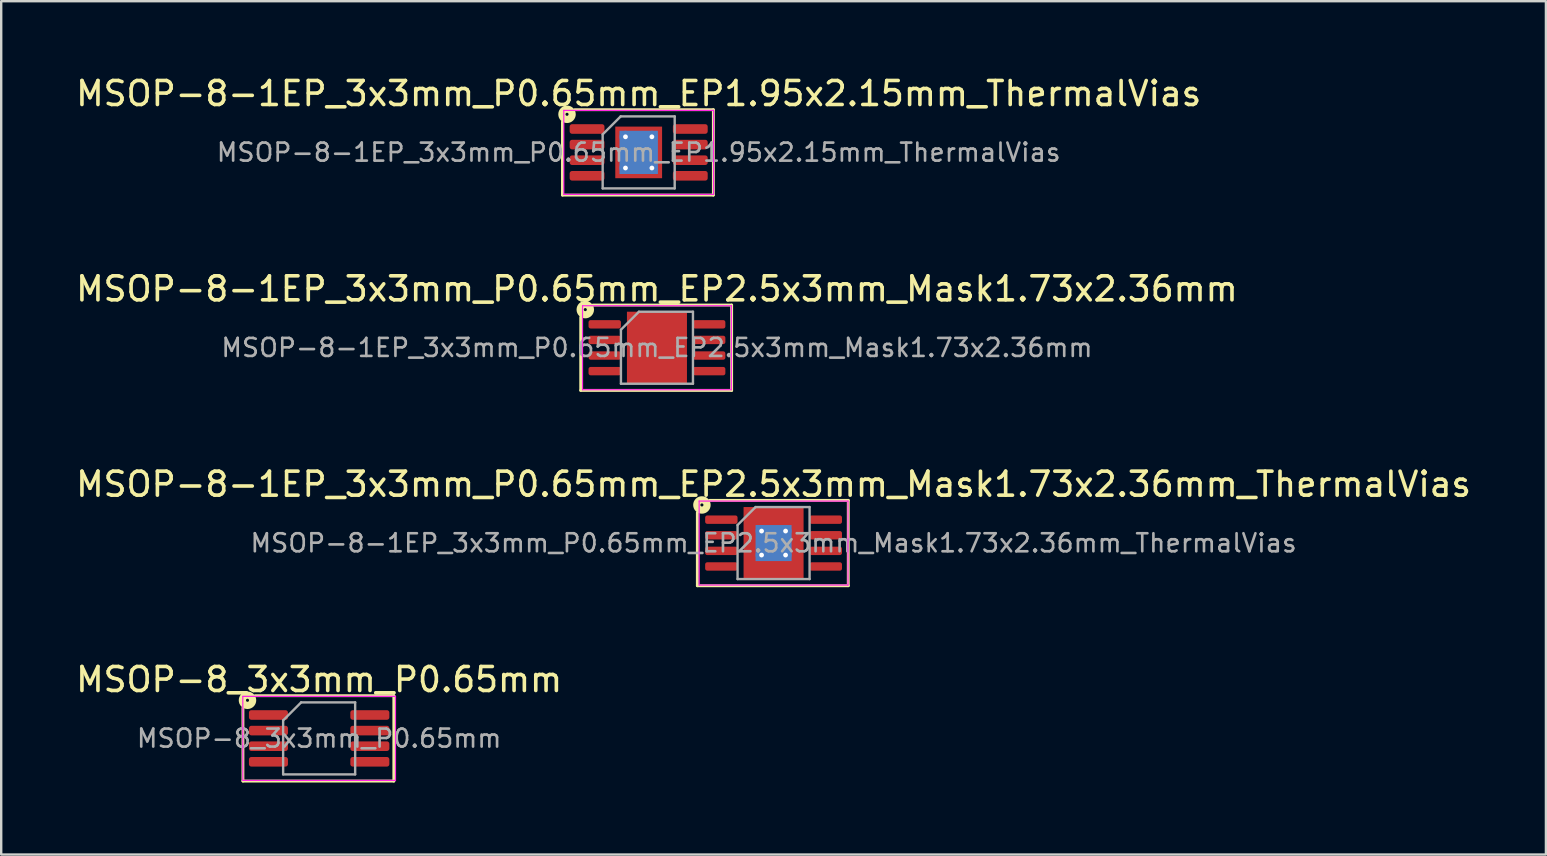
<source format=kicad_pcb>
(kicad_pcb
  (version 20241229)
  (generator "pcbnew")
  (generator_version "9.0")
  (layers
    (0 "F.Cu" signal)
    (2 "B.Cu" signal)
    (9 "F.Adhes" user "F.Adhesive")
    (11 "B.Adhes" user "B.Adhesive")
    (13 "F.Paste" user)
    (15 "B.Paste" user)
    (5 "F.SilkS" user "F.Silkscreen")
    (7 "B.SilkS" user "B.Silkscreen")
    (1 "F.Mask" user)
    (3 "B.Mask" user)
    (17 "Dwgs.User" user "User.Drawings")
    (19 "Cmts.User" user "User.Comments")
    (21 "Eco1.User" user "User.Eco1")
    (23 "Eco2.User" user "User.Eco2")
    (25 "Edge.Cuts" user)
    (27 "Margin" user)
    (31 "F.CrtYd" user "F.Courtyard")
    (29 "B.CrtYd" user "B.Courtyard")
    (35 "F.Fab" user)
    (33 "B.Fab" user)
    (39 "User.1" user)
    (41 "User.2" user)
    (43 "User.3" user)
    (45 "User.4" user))
  (footprint "MSOP-8-1EP_3x3mm_P0.65mm_EP2.5x3mm_Mask1.73x2.36mm_ThermalVias"
    (layer "F.Cu")
    (at 29.173 19.571)
    (property "Reference" "MSOP-8-1EP_3x3mm_P0.65mm_EP2.5x3mm_Mask1.73x2.36mm_ThermalVias" (at 0 -2.45 0) (layer "F.SilkS") (effects (font (size 1 1) (thickness 0.15))))
    (attr smd)
    (fp_line (start -3.175 1.778) (end -3.175 -1.27) (stroke (width 0.12) (type solid)) (layer "F.SilkS"))
    (fp_line (start -2.667 -1.778) (end 3.111 -1.778) (stroke (width 0.12) (type solid)) (layer "F.SilkS"))
    (fp_line (start 3.111 -1.778) (end 3.111 1.778) (stroke (width 0.12) (type solid)) (layer "F.SilkS"))
    (fp_line (start 3.111 1.778) (end -3.175 1.778) (stroke (width 0.12) (type solid)) (layer "F.SilkS"))
    (fp_circle (center -2.985 -1.587) (end -2.921 -1.587) (stroke (width 0.3) (type solid)) (fill no) (layer "F.SilkS"))
    (fp_line (start -3.1 -1.75) (end -3.1 1.75) (stroke (width 0.05) (type solid)) (layer "F.CrtYd"))
    (fp_line (start -3.1 1.75) (end 3.1 1.75) (stroke (width 0.05) (type solid)) (layer "F.CrtYd"))
    (fp_line (start 3.1 -1.75) (end -3.1 -1.75) (stroke (width 0.05) (type solid)) (layer "F.CrtYd"))
    (fp_line (start 3.1 1.75) (end 3.1 -1.75) (stroke (width 0.05) (type solid)) (layer "F.CrtYd"))
    (fp_line (start -1.5 -0.75) (end -0.75 -1.5) (stroke (width 0.1) (type solid)) (layer "F.Fab"))
    (fp_line (start -1.5 1.5) (end -1.5 -0.75) (stroke (width 0.1) (type solid)) (layer "F.Fab"))
    (fp_line (start -0.75 -1.5) (end 1.5 -1.5) (stroke (width 0.1) (type solid)) (layer "F.Fab"))
    (fp_line (start 1.5 -1.5) (end 1.5 1.5) (stroke (width 0.1) (type solid)) (layer "F.Fab"))
    (fp_line (start 1.5 1.5) (end -1.5 1.5) (stroke (width 0.1) (type solid)) (layer "F.Fab"))
    (fp_text user "${REFERENCE}" (at 0 0 0) (layer "F.Fab") (effects (font (size 0.75 0.75) (thickness 0.11))))
    (pad "" smd roundrect (at -0.43 -0.59) (size 0.72 0.99) (layers "F.Paste") (roundrect_rratio 0.25))
    (pad "" smd roundrect (at -0.43 0.59) (size 0.72 0.99) (layers "F.Paste") (roundrect_rratio 0.25))
    (pad "" smd rect (at 0 0) (size 1.73 2.36) (layers "F.Mask"))
    (pad "" smd roundrect (at 0.43 -0.59) (size 0.72 0.99) (layers "F.Paste") (roundrect_rratio 0.25))
    (pad "" smd roundrect (at 0.43 0.59) (size 0.72 0.99) (layers "F.Paste") (roundrect_rratio 0.25))
    (pad "1" smd roundrect (at -2.175 -0.975) (size 1.35 0.35) (layers "F.Cu" "F.Mask" "F.Paste") (roundrect_rratio 0.25))
    (pad "2" smd roundrect (at -2.175 -0.325) (size 1.35 0.35) (layers "F.Cu" "F.Mask" "F.Paste") (roundrect_rratio 0.25))
    (pad "3" smd roundrect (at -2.175 0.325) (size 1.35 0.35) (layers "F.Cu" "F.Mask" "F.Paste") (roundrect_rratio 0.25))
    (pad "4" smd roundrect (at -2.175 0.975) (size 1.35 0.35) (layers "F.Cu" "F.Mask" "F.Paste") (roundrect_rratio 0.25))
    (pad "5" smd roundrect (at 2.175 0.975) (size 1.35 0.35) (layers "F.Cu" "F.Mask" "F.Paste") (roundrect_rratio 0.25))
    (pad "6" smd roundrect (at 2.175 0.325) (size 1.35 0.35) (layers "F.Cu" "F.Mask" "F.Paste") (roundrect_rratio 0.25))
    (pad "7" smd roundrect (at 2.175 -0.325) (size 1.35 0.35) (layers "F.Cu" "F.Mask" "F.Paste") (roundrect_rratio 0.25))
    (pad "8" smd roundrect (at 2.175 -0.975) (size 1.35 0.35) (layers "F.Cu" "F.Mask" "F.Paste") (roundrect_rratio 0.25))
    (pad "9" thru_hole circle (at -0.5 -0.5) (size 0.5 0.5) (drill 0.2) (layers "*.Cu"))
    (pad "9" thru_hole circle (at -0.5 0.5) (size 0.5 0.5) (drill 0.2) (layers "*.Cu"))
    (pad "9" smd rect (at 0 0) (size 1.5 1.5) (layers "B.Cu" "B.Mask"))
    (pad "9" smd rect (at 0 0) (size 2.5 3) (layers "F.Cu"))
    (pad "9" thru_hole circle (at 0.5 -0.5) (size 0.5 0.5) (drill 0.2) (layers "*.Cu"))
    (pad "9" thru_hole circle (at 0.5 0.5) (size 0.5 0.5) (drill 0.2) (layers "*.Cu")))
  (footprint "MSOP-8-1EP_3x3mm_P0.65mm_EP2.5x3mm_Mask1.73x2.36mm"
    (layer "F.Cu")
    (at 24.315 11.434)
    (property "Reference" "MSOP-8-1EP_3x3mm_P0.65mm_EP2.5x3mm_Mask1.73x2.36mm" (at 0 -2.45 0) (layer "F.SilkS") (effects (font (size 1 1) (thickness 0.15))))
    (attr smd)
    (fp_line (start -3.175 1.778) (end -3.175 -1.27) (stroke (width 0.12) (type solid)) (layer "F.SilkS"))
    (fp_line (start -2.667 -1.778) (end 3.111 -1.778) (stroke (width 0.12) (type solid)) (layer "F.SilkS"))
    (fp_line (start 3.111 -1.778) (end 3.111 1.778) (stroke (width 0.12) (type solid)) (layer "F.SilkS"))
    (fp_line (start 3.111 1.778) (end -3.175 1.778) (stroke (width 0.12) (type solid)) (layer "F.SilkS"))
    (fp_circle (center -2.985 -1.587) (end -2.921 -1.587) (stroke (width 0.3) (type solid)) (fill no) (layer "F.SilkS"))
    (fp_line (start -3.1 -1.75) (end -3.1 1.75) (stroke (width 0.05) (type solid)) (layer "F.CrtYd"))
    (fp_line (start -3.1 1.75) (end 3.1 1.75) (stroke (width 0.05) (type solid)) (layer "F.CrtYd"))
    (fp_line (start 3.1 -1.75) (end -3.1 -1.75) (stroke (width 0.05) (type solid)) (layer "F.CrtYd"))
    (fp_line (start 3.1 1.75) (end 3.1 -1.75) (stroke (width 0.05) (type solid)) (layer "F.CrtYd"))
    (fp_line (start -1.5 -0.75) (end -0.75 -1.5) (stroke (width 0.1) (type solid)) (layer "F.Fab"))
    (fp_line (start -1.5 1.5) (end -1.5 -0.75) (stroke (width 0.1) (type solid)) (layer "F.Fab"))
    (fp_line (start -0.75 -1.5) (end 1.5 -1.5) (stroke (width 0.1) (type solid)) (layer "F.Fab"))
    (fp_line (start 1.5 -1.5) (end 1.5 1.5) (stroke (width 0.1) (type solid)) (layer "F.Fab"))
    (fp_line (start 1.5 1.5) (end -1.5 1.5) (stroke (width 0.1) (type solid)) (layer "F.Fab"))
    (fp_text user "${REFERENCE}" (at 0 0 0) (layer "F.Fab") (effects (font (size 0.75 0.75) (thickness 0.11))))
    (pad "" smd roundrect (at -0.43 -0.59) (size 0.7 0.95) (layers "F.Paste") (roundrect_rratio 0.25))
    (pad "" smd roundrect (at -0.43 0.59) (size 0.7 0.95) (layers "F.Paste") (roundrect_rratio 0.25))
    (pad "" smd rect (at 0 0) (size 1.73 2.36) (layers "F.Mask"))
    (pad "" smd roundrect (at 0.43 -0.59) (size 0.7 0.95) (layers "F.Paste") (roundrect_rratio 0.25))
    (pad "" smd roundrect (at 0.43 0.59) (size 0.7 0.95) (layers "F.Paste") (roundrect_rratio 0.25))
    (pad "1" smd roundrect (at -2.175 -0.975) (size 1.35 0.35) (layers "F.Cu" "F.Mask" "F.Paste") (roundrect_rratio 0.25))
    (pad "2" smd roundrect (at -2.175 -0.325) (size 1.35 0.35) (layers "F.Cu" "F.Mask" "F.Paste") (roundrect_rratio 0.25))
    (pad "3" smd roundrect (at -2.175 0.325) (size 1.35 0.35) (layers "F.Cu" "F.Mask" "F.Paste") (roundrect_rratio 0.25))
    (pad "4" smd roundrect (at -2.175 0.975) (size 1.35 0.35) (layers "F.Cu" "F.Mask" "F.Paste") (roundrect_rratio 0.25))
    (pad "5" smd roundrect (at 2.175 0.975) (size 1.35 0.35) (layers "F.Cu" "F.Mask" "F.Paste") (roundrect_rratio 0.25))
    (pad "6" smd roundrect (at 2.175 0.325) (size 1.35 0.35) (layers "F.Cu" "F.Mask" "F.Paste") (roundrect_rratio 0.25))
    (pad "7" smd roundrect (at 2.175 -0.325) (size 1.35 0.35) (layers "F.Cu" "F.Mask" "F.Paste") (roundrect_rratio 0.25))
    (pad "8" smd roundrect (at 2.175 -0.975) (size 1.35 0.35) (layers "F.Cu" "F.Mask" "F.Paste") (roundrect_rratio 0.25))
    (pad "9" smd rect (at 0 0) (size 2.5 3) (layers "F.Cu")))
  (footprint "MSOP-8_3x3mm_P0.65mm"
    (layer "F.Cu")
    (at 10.244 27.707)
    (property "Reference" "MSOP-8_3x3mm_P0.65mm" (at 0 -2.45 0) (layer "F.SilkS") (effects (font (size 1 1) (thickness 0.15))))
    (attr smd)
    (fp_line (start -3.175 1.778) (end -3.175 -1.27) (stroke (width 0.12) (type solid)) (layer "F.SilkS"))
    (fp_line (start -2.667 -1.778) (end 3.111 -1.778) (stroke (width 0.12) (type solid)) (layer "F.SilkS"))
    (fp_line (start 3.111 -1.778) (end 3.111 1.778) (stroke (width 0.12) (type solid)) (layer "F.SilkS"))
    (fp_line (start 3.111 1.778) (end -3.175 1.778) (stroke (width 0.12) (type solid)) (layer "F.SilkS"))
    (fp_circle (center -2.985 -1.587) (end -2.921 -1.587) (stroke (width 0.3) (type solid)) (fill no) (layer "F.SilkS"))
    (fp_line (start -3.18 -1.75) (end -3.18 1.75) (stroke (width 0.05) (type solid)) (layer "F.CrtYd"))
    (fp_line (start -3.18 1.75) (end 3.18 1.75) (stroke (width 0.05) (type solid)) (layer "F.CrtYd"))
    (fp_line (start 3.18 -1.75) (end -3.18 -1.75) (stroke (width 0.05) (type solid)) (layer "F.CrtYd"))
    (fp_line (start 3.18 1.75) (end 3.18 -1.75) (stroke (width 0.05) (type solid)) (layer "F.CrtYd"))
    (fp_line (start -1.5 -0.75) (end -0.75 -1.5) (stroke (width 0.1) (type solid)) (layer "F.Fab"))
    (fp_line (start -1.5 1.5) (end -1.5 -0.75) (stroke (width 0.1) (type solid)) (layer "F.Fab"))
    (fp_line (start -0.75 -1.5) (end 1.5 -1.5) (stroke (width 0.1) (type solid)) (layer "F.Fab"))
    (fp_line (start 1.5 -1.5) (end 1.5 1.5) (stroke (width 0.1) (type solid)) (layer "F.Fab"))
    (fp_line (start 1.5 1.5) (end -1.5 1.5) (stroke (width 0.1) (type solid)) (layer "F.Fab"))
    (fp_text user "${REFERENCE}" (at 0 0 0) (layer "F.Fab") (effects (font (size 0.75 0.75) (thickness 0.11))))
    (pad "1" smd roundrect (at -2.112 -0.975) (size 1.625 0.4) (layers "F.Cu" "F.Mask" "F.Paste") (roundrect_rratio 0.25))
    (pad "2" smd roundrect (at -2.112 -0.325) (size 1.625 0.4) (layers "F.Cu" "F.Mask" "F.Paste") (roundrect_rratio 0.25))
    (pad "3" smd roundrect (at -2.112 0.325) (size 1.625 0.4) (layers "F.Cu" "F.Mask" "F.Paste") (roundrect_rratio 0.25))
    (pad "4" smd roundrect (at -2.112 0.975) (size 1.625 0.4) (layers "F.Cu" "F.Mask" "F.Paste") (roundrect_rratio 0.25))
    (pad "5" smd roundrect (at 2.112 0.975) (size 1.625 0.4) (layers "F.Cu" "F.Mask" "F.Paste") (roundrect_rratio 0.25))
    (pad "6" smd roundrect (at 2.112 0.325) (size 1.625 0.4) (layers "F.Cu" "F.Mask" "F.Paste") (roundrect_rratio 0.25))
    (pad "7" smd roundrect (at 2.112 -0.325) (size 1.625 0.4) (layers "F.Cu" "F.Mask" "F.Paste") (roundrect_rratio 0.25))
    (pad "8" smd roundrect (at 2.112 -0.975) (size 1.625 0.4) (layers "F.Cu" "F.Mask" "F.Paste") (roundrect_rratio 0.25)))
  (footprint "MSOP-8-1EP_3x3mm_P0.65mm_EP1.95x2.15mm_ThermalVias"
    (layer "F.Cu")
    (at 23.554 3.298)
    (property "Reference" "MSOP-8-1EP_3x3mm_P0.65mm_EP1.95x2.15mm_ThermalVias" (at 0 -2.45 0) (layer "F.SilkS") (effects (font (size 1 1) (thickness 0.15))))
    (attr smd)
    (fp_line (start -3.175 1.778) (end -3.175 -1.27) (stroke (width 0.12) (type solid)) (layer "F.SilkS"))
    (fp_line (start -2.667 -1.778) (end 3.111 -1.778) (stroke (width 0.12) (type solid)) (layer "F.SilkS"))
    (fp_line (start 3.111 -1.778) (end 3.111 1.778) (stroke (width 0.12) (type solid)) (layer "F.SilkS"))
    (fp_line (start 3.111 1.778) (end -3.175 1.778) (stroke (width 0.12) (type solid)) (layer "F.SilkS"))
    (fp_circle (center -2.985 -1.587) (end -2.921 -1.587) (stroke (width 0.3) (type solid)) (fill no) (layer "F.SilkS"))
    (fp_line (start -3.12 -1.75) (end -3.12 1.75) (stroke (width 0.05) (type solid)) (layer "F.CrtYd"))
    (fp_line (start -3.12 1.75) (end 3.12 1.75) (stroke (width 0.05) (type solid)) (layer "F.CrtYd"))
    (fp_line (start 3.12 -1.75) (end -3.12 -1.75) (stroke (width 0.05) (type solid)) (layer "F.CrtYd"))
    (fp_line (start 3.12 1.75) (end 3.12 -1.75) (stroke (width 0.05) (type solid)) (layer "F.CrtYd"))
    (fp_line (start -1.5 -0.75) (end -0.75 -1.5) (stroke (width 0.1) (type solid)) (layer "F.Fab"))
    (fp_line (start -1.5 1.5) (end -1.5 -0.75) (stroke (width 0.1) (type solid)) (layer "F.Fab"))
    (fp_line (start -0.75 -1.5) (end 1.5 -1.5) (stroke (width 0.1) (type solid)) (layer "F.Fab"))
    (fp_line (start 1.5 -1.5) (end 1.5 1.5) (stroke (width 0.1) (type solid)) (layer "F.Fab"))
    (fp_line (start 1.5 1.5) (end -1.5 1.5) (stroke (width 0.1) (type solid)) (layer "F.Fab"))
    (fp_text user "${REFERENCE}" (at 0 0 0) (layer "F.Fab") (effects (font (size 0.75 0.75) (thickness 0.11))))
    (pad "" smd roundrect (at -0.49 -0.54) (size 0.82 0.9) (layers "F.Paste") (roundrect_rratio 0.25))
    (pad "" smd roundrect (at -0.49 0.54) (size 0.82 0.9) (layers "F.Paste") (roundrect_rratio 0.25))
    (pad "" smd roundrect (at 0.49 -0.54) (size 0.82 0.9) (layers "F.Paste") (roundrect_rratio 0.25))
    (pad "" smd roundrect (at 0.49 0.54) (size 0.82 0.9) (layers "F.Paste") (roundrect_rratio 0.25))
    (pad "1" smd roundrect (at -2.15 -0.975) (size 1.45 0.4) (layers "F.Cu" "F.Mask" "F.Paste") (roundrect_rratio 0.25))
    (pad "2" smd roundrect (at -2.15 -0.325) (size 1.45 0.4) (layers "F.Cu" "F.Mask" "F.Paste") (roundrect_rratio 0.25))
    (pad "3" smd roundrect (at -2.15 0.325) (size 1.45 0.4) (layers "F.Cu" "F.Mask" "F.Paste") (roundrect_rratio 0.25))
    (pad "4" smd roundrect (at -2.15 0.975) (size 1.45 0.4) (layers "F.Cu" "F.Mask" "F.Paste") (roundrect_rratio 0.25))
    (pad "5" smd roundrect (at 2.15 0.975) (size 1.45 0.4) (layers "F.Cu" "F.Mask" "F.Paste") (roundrect_rratio 0.25))
    (pad "6" smd roundrect (at 2.15 0.325) (size 1.45 0.4) (layers "F.Cu" "F.Mask" "F.Paste") (roundrect_rratio 0.25))
    (pad "7" smd roundrect (at 2.15 -0.325) (size 1.45 0.4) (layers "F.Cu" "F.Mask" "F.Paste") (roundrect_rratio 0.25))
    (pad "8" smd roundrect (at 2.15 -0.975) (size 1.45 0.4) (layers "F.Cu" "F.Mask" "F.Paste") (roundrect_rratio 0.25))
    (pad "9" thru_hole circle (at -0.55 -0.65) (size 0.5 0.5) (drill 0.2) (layers "*.Cu"))
    (pad "9" thru_hole circle (at -0.55 0.65) (size 0.5 0.5) (drill 0.2) (layers "*.Cu"))
    (pad "9" smd rect (at 0 0) (size 1.6 1.8) (layers "B.Cu" "B.Mask"))
    (pad "9" smd rect (at 0 0) (size 1.95 2.15) (layers "F.Cu" "F.Mask"))
    (pad "9" thru_hole circle (at 0.55 -0.65) (size 0.5 0.5) (drill 0.2) (layers "*.Cu"))
    (pad "9" thru_hole circle (at 0.55 0.65) (size 0.5 0.5) (drill 0.2) (layers "*.Cu")))
  (gr_rect
    (start -3 -3)
    (end 61.345 32.545)
    (stroke (width 0.1) (type default))
    (fill no)
    (layer "Edge.Cuts")))
</source>
